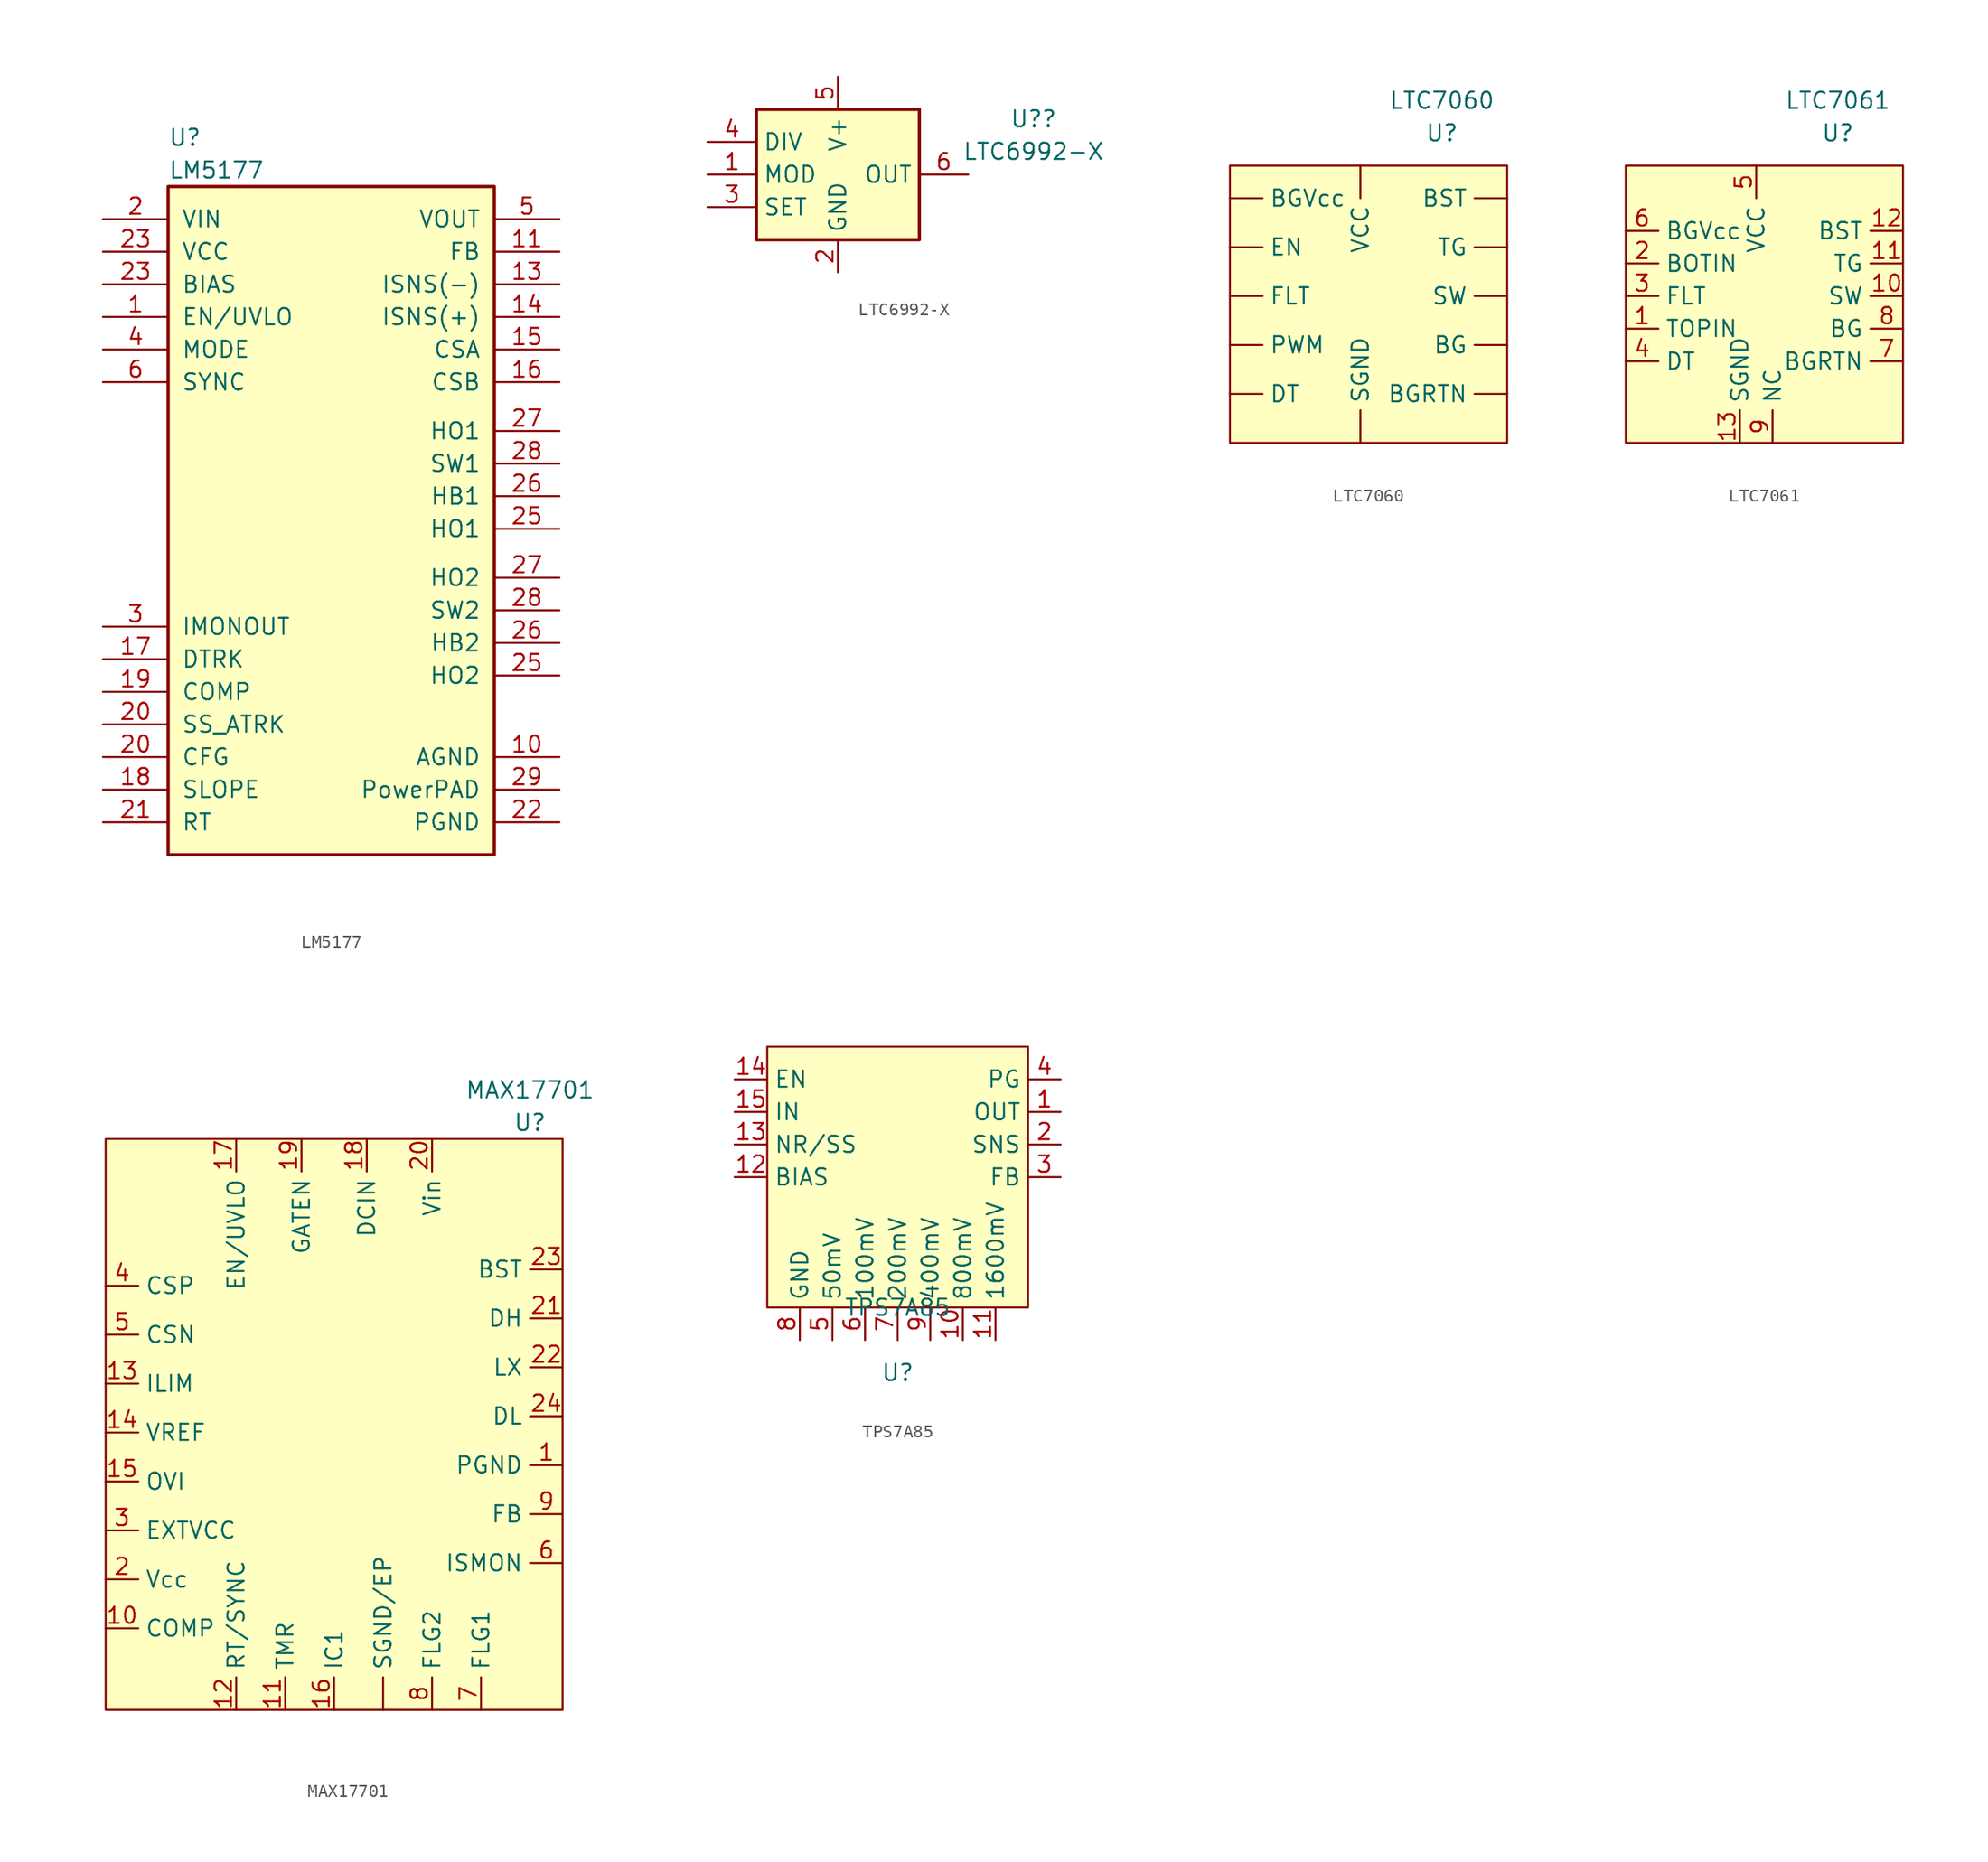
<source format=kicad_sym>
(kicad_symbol_lib
  (version 20230620)
  (generator kicad_symbol_editor)
  (symbol "LM5177"
    (pin_names
      (offset 1.016))
    (property "Reference" "U"
      (at -12.7 24.13 0)
      (effects (font (size 1.27 1.27)) (justify left)))
    (property "Value" "LM5177"
      (at -12.7 21.59 0)
      (effects (font (size 1.27 1.27)) (justify left)))
    (symbol "LM5177_0_1"
      (rectangle (start -12.7 20.32) (end 12.7 -31.75) (stroke (width 0.254) (type default)) (fill (type background))))
    (symbol "LM5177_1_1"
      (pin input line (at -17.78 10.16 0) (length 5.08) (name "EN/UVLO" (effects (font (size 1.27 1.27)))) (number "1" (effects (font (size 1.27 1.27)))))
      (pin power_in line (at 17.78 -24.13 180) (length 5.08) (name "AGND" (effects (font (size 1.27 1.27)))) (number "10" (effects (font (size 1.27 1.27)))))
      (pin input line (at 17.78 15.24 180) (length 5.08) (name "FB" (effects (font (size 1.27 1.27)))) (number "11" (effects (font (size 1.27 1.27)))))
      (pin input line (at 17.78 12.7 180) (length 5.08) (name "ISNS(-)" (effects (font (size 1.27 1.27)))) (number "13" (effects (font (size 1.27 1.27)))))
      (pin input line (at 17.78 10.16 180) (length 5.08) (name "ISNS(+)" (effects (font (size 1.27 1.27)))) (number "14" (effects (font (size 1.27 1.27)))))
      (pin input line (at 17.78 7.62 180) (length 5.08) (name "CSA" (effects (font (size 1.27 1.27)))) (number "15" (effects (font (size 1.27 1.27)))))
      (pin input line (at 17.78 5.08 180) (length 5.08) (name "CSB" (effects (font (size 1.27 1.27)))) (number "16" (effects (font (size 1.27 1.27)))))
      (pin output line (at -17.78 -16.51 0) (length 5.08) (name "DTRK" (effects (font (size 1.27 1.27)))) (number "17" (effects (font (size 1.27 1.27)))))
      (pin output line (at -17.78 -26.67 0) (length 5.08) (name "SLOPE" (effects (font (size 1.27 1.27)))) (number "18" (effects (font (size 1.27 1.27)))))
      (pin output line (at -17.78 -19.05 0) (length 5.08) (name "COMP" (effects (font (size 1.27 1.27)))) (number "19" (effects (font (size 1.27 1.27)))))
      (pin power_in line (at -17.78 17.78 0) (length 5.08) (name "VIN" (effects (font (size 1.27 1.27)))) (number "2" (effects (font (size 1.27 1.27)))))
      (pin passive line (at -17.78 -24.13 0) (length 5.08) (name "CFG" (effects (font (size 1.27 1.27)))) (number "20" (effects (font (size 1.27 1.27)))))
      (pin passive line (at -17.78 -21.59 0) (length 5.08) (name "SS_ATRK" (effects (font (size 1.27 1.27)))) (number "20" (effects (font (size 1.27 1.27)))))
      (pin output line (at -17.78 -29.21 0) (length 5.08) (name "RT" (effects (font (size 1.27 1.27)))) (number "21" (effects (font (size 1.27 1.27)))))
      (pin power_in line (at 17.78 -29.21 180) (length 5.08) (name "PGND" (effects (font (size 1.27 1.27)))) (number "22" (effects (font (size 1.27 1.27)))))
      (pin power_in line (at -17.78 12.7 0) (length 5.08) (name "BIAS" (effects (font (size 1.27 1.27)))) (number "23" (effects (font (size 1.27 1.27)))))
      (pin power_in line (at -17.78 15.24 0) (length 5.08) (name "VCC" (effects (font (size 1.27 1.27)))) (number "23" (effects (font (size 1.27 1.27)))))
      (pin output line (at 17.78 -6.35 180) (length 5.08) (name "HO1" (effects (font (size 1.27 1.27)))) (number "25" (effects (font (size 1.27 1.27)))))
      (pin output line (at 17.78 -17.78 180) (length 5.08) (name "HO2" (effects (font (size 1.27 1.27)))) (number "25" (effects (font (size 1.27 1.27)))))
      (pin passive line (at 17.78 -3.81 180) (length 5.08) (name "HB1" (effects (font (size 1.27 1.27)))) (number "26" (effects (font (size 1.27 1.27)))))
      (pin passive line (at 17.78 -15.24 180) (length 5.08) (name "HB2" (effects (font (size 1.27 1.27)))) (number "26" (effects (font (size 1.27 1.27)))))
      (pin output line (at 17.78 1.27 180) (length 5.08) (name "HO1" (effects (font (size 1.27 1.27)))) (number "27" (effects (font (size 1.27 1.27)))))
      (pin output line (at 17.78 -10.16 180) (length 5.08) (name "HO2" (effects (font (size 1.27 1.27)))) (number "27" (effects (font (size 1.27 1.27)))))
      (pin output line (at 17.78 -1.27 180) (length 5.08) (name "SW1" (effects (font (size 1.27 1.27)))) (number "28" (effects (font (size 1.27 1.27)))))
      (pin output line (at 17.78 -12.7 180) (length 5.08) (name "SW2" (effects (font (size 1.27 1.27)))) (number "28" (effects (font (size 1.27 1.27)))))
      (pin input line (at 17.78 -26.67 180) (length 5.08) (name "PowerPAD" (effects (font (size 1.27 1.27)))) (number "29" (effects (font (size 1.27 1.27)))))
      (pin input line (at -17.78 -13.97 0) (length 5.08) (name "IMONOUT" (effects (font (size 1.27 1.27)))) (number "3" (effects (font (size 1.27 1.27)))))
      (pin input line (at -17.78 7.62 0) (length 5.08) (name "MODE" (effects (font (size 1.27 1.27)))) (number "4" (effects (font (size 1.27 1.27)))))
      (pin output line (at 17.78 17.78 180) (length 5.08) (name "VOUT" (effects (font (size 1.27 1.27)))) (number "5" (effects (font (size 1.27 1.27)))))
      (pin input line (at -17.78 5.08 0) (length 5.08) (name "SYNC" (effects (font (size 1.27 1.27)))) (number "6" (effects (font (size 1.27 1.27)))))))
  (symbol "LTC6992-X"
    (property "Reference" "U?"
      (at 15.24 4.331 0)
      (effects (font (size 1.27 1.27))))
    (property "Value" "LTC6992-X"
      (at 15.24 1.791 0)
      (effects (font (size 1.27 1.27))))
    (symbol "LTC6992-X_0_1"
      (rectangle (start -6.35 5.08) (end 6.35 -5.08) (stroke (width 0.254) (type default)) (fill (type background))))
    (symbol "LTC6992-X_1_1"
      (pin input line (at -10.16 0 0) (length 3.81) (name "MOD" (effects (font (size 1.27 1.27)))) (number "1" (effects (font (size 1.27 1.27)))))
      (pin power_in line (at 0 -7.62 90) (length 2.54) (name "GND" (effects (font (size 1.27 1.27)))) (number "2" (effects (font (size 1.27 1.27)))))
      (pin passive line (at -10.16 -2.54 0) (length 3.81) (name "SET" (effects (font (size 1.27 1.27)))) (number "3" (effects (font (size 1.27 1.27)))))
      (pin input line (at -10.16 2.54 0) (length 3.81) (name "DIV" (effects (font (size 1.27 1.27)))) (number "4" (effects (font (size 1.27 1.27)))))
      (pin power_in line (at 0 7.62 270) (length 2.54) (name "V+" (effects (font (size 1.27 1.27)))) (number "5" (effects (font (size 1.27 1.27)))))
      (pin output line (at 10.16 0 180) (length 3.81) (name "OUT" (effects (font (size 1.27 1.27)))) (number "6" (effects (font (size 1.27 1.27)))))))
  (symbol "LTC7060"
    (property "Reference" "U"
      (at 6.35 20.32 0)
      (effects (font (size 1.27 1.27))))
    (property "Value" "LTC7060"
      (at 6.35 22.86 0)
      (effects (font (size 1.27 1.27))))
    (symbol "LTC7060_0_1"
      (rectangle (start -10.16 17.78) (end 11.43 -3.81) (stroke (width 0) (type default)) (fill (type background))))
    (symbol "LTC7060_1_1"
      (pin output line (at 11.43 3.81 180) (length 2.54) (name "BG" (effects (font (size 1.27 1.27)))) (number "" (effects (font (size 1.27 1.27)))))
      (pin output line (at 11.43 0 180) (length 2.54) (name "BGRTN" (effects (font (size 1.27 1.27)))) (number "" (effects (font (size 1.27 1.27)))))
      (pin input line (at -10.16 15.24 0) (length 2.54) (name "BGVcc" (effects (font (size 1.27 1.27)))) (number "" (effects (font (size 1.27 1.27)))))
      (pin output line (at 11.43 15.24 180) (length 2.54) (name "BST" (effects (font (size 1.27 1.27)))) (number "" (effects (font (size 1.27 1.27)))))
      (pin input line (at -10.16 0 0) (length 2.54) (name "DT" (effects (font (size 1.27 1.27)))) (number "" (effects (font (size 1.27 1.27)))))
      (pin input line (at -10.16 11.43 0) (length 2.54) (name "EN" (effects (font (size 1.27 1.27)))) (number "" (effects (font (size 1.27 1.27)))))
      (pin input line (at -10.16 7.62 0) (length 2.54) (name "FLT" (effects (font (size 1.27 1.27)))) (number "" (effects (font (size 1.27 1.27)))))
      (pin input line (at -10.16 3.81 0) (length 2.54) (name "PWM" (effects (font (size 1.27 1.27)))) (number "" (effects (font (size 1.27 1.27)))))
      (pin input line (at 0 -3.81 90) (length 2.54) (name "SGND" (effects (font (size 1.27 1.27)))) (number "" (effects (font (size 1.27 1.27)))))
      (pin output line (at 11.43 7.62 180) (length 2.54) (name "SW" (effects (font (size 1.27 1.27)))) (number "" (effects (font (size 1.27 1.27)))))
      (pin output line (at 11.43 11.43 180) (length 2.54) (name "TG" (effects (font (size 1.27 1.27)))) (number "" (effects (font (size 1.27 1.27)))))
      (pin input line (at 0 17.78 270) (length 2.54) (name "VCC" (effects (font (size 1.27 1.27)))) (number "" (effects (font (size 1.27 1.27)))))))
  (symbol "LTC7061"
    (property "Reference" "U"
      (at 6.35 20.32 0)
      (effects (font (size 1.27 1.27))))
    (property "Value" "LTC7061"
      (at 6.35 22.86 0)
      (effects (font (size 1.27 1.27))))
    (symbol "LTC7061_0_1"
      (rectangle (start -10.16 17.78) (end 11.43 -3.81) (stroke (width 0) (type default)) (fill (type background))))
    (symbol "LTC7061_1_1"
      (pin input line (at -10.16 5.08 0) (length 2.54) (name "TOPIN" (effects (font (size 1.27 1.27)))) (number "1" (effects (font (size 1.27 1.27)))))
      (pin output line (at 11.43 7.62 180) (length 2.54) (name "SW" (effects (font (size 1.27 1.27)))) (number "10" (effects (font (size 1.27 1.27)))))
      (pin output line (at 11.43 10.16 180) (length 2.54) (name "TG" (effects (font (size 1.27 1.27)))) (number "11" (effects (font (size 1.27 1.27)))))
      (pin output line (at 11.43 12.7 180) (length 2.54) (name "BST" (effects (font (size 1.27 1.27)))) (number "12" (effects (font (size 1.27 1.27)))))
      (pin power_in line (at -1.27 -3.81 90) (length 2.54) (name "SGND" (effects (font (size 1.27 1.27)))) (number "13" (effects (font (size 1.27 1.27)))))
      (pin input line (at -10.16 10.16 0) (length 2.54) (name "BOTIN" (effects (font (size 1.27 1.27)))) (number "2" (effects (font (size 1.27 1.27)))))
      (pin input line (at -10.16 7.62 0) (length 2.54) (name "FLT" (effects (font (size 1.27 1.27)))) (number "3" (effects (font (size 1.27 1.27)))))
      (pin input line (at -10.16 2.54 0) (length 2.54) (name "DT" (effects (font (size 1.27 1.27)))) (number "4" (effects (font (size 1.27 1.27)))))
      (pin power_in line (at 0 17.78 270) (length 2.54) (name "VCC" (effects (font (size 1.27 1.27)))) (number "5" (effects (font (size 1.27 1.27)))))
      (pin input line (at -10.16 12.7 0) (length 2.54) (name "BGVcc" (effects (font (size 1.27 1.27)))) (number "6" (effects (font (size 1.27 1.27)))))
      (pin output line (at 11.43 2.54 180) (length 2.54) (name "BGRTN" (effects (font (size 1.27 1.27)))) (number "7" (effects (font (size 1.27 1.27)))))
      (pin output line (at 11.43 5.08 180) (length 2.54) (name "BG" (effects (font (size 1.27 1.27)))) (number "8" (effects (font (size 1.27 1.27)))))
      (pin output line (at 1.27 -3.81 90) (length 2.54) (name "NC" (effects (font (size 1.27 1.27)))) (number "9" (effects (font (size 1.27 1.27)))))))
  (symbol "MAX17701"
    (property "Reference" "U"
      (at 22.86 22.86 0)
      (effects (font (size 1.27 1.27))))
    (property "Value" "MAX17701"
      (at 22.86 25.4 0)
      (effects (font (size 1.29 1.29))))
    (symbol "MAX17701_0_1"
      (rectangle (start -10.16 21.59) (end 25.4 -22.86) (stroke (width 0) (type default)) (fill (type background))))
    (symbol "MAX17701_1_1"
      (pin free line (at 11.43 -22.86 90) (length 2.54) (name "SGND/EP" (effects (font (size 1.27 1.27)))) (number "" (effects (font (size 1.27 1.27)))))
      (pin power_in line (at 25.4 -3.81 180) (length 2.54) (name "PGND" (effects (font (size 1.27 1.27)))) (number "1" (effects (font (size 1.27 1.27)))))
      (pin output line (at -10.16 -16.51 0) (length 2.54) (name "COMP" (effects (font (size 1.27 1.27)))) (number "10" (effects (font (size 1.27 1.27)))))
      (pin bidirectional line (at 3.81 -22.86 90) (length 2.54) (name "TMR" (effects (font (size 1.27 1.27)))) (number "11" (effects (font (size 1.27 1.27)))))
      (pin input line (at 0 -22.86 90) (length 2.54) (name "RT/SYNC" (effects (font (size 1.27 1.27)))) (number "12" (effects (font (size 1.27 1.27)))))
      (pin input line (at -10.16 2.54 0) (length 2.54) (name "ILIM" (effects (font (size 1.27 1.27)))) (number "13" (effects (font (size 1.27 1.27)))))
      (pin output line (at -10.16 -1.27 0) (length 2.54) (name "VREF" (effects (font (size 1.27 1.27)))) (number "14" (effects (font (size 1.27 1.27)))))
      (pin input line (at -10.16 -5.08 0) (length 2.54) (name "OVI" (effects (font (size 1.27 1.27)))) (number "15" (effects (font (size 1.27 1.27)))))
      (pin bidirectional line (at 7.62 -22.86 90) (length 2.54) (name "IC1" (effects (font (size 1.27 1.27)))) (number "16" (effects (font (size 1.27 1.27)))))
      (pin input line (at 0 21.59 270) (length 2.54) (name "EN/UVLO" (effects (font (size 1.27 1.27)))) (number "17" (effects (font (size 1.27 1.27)))))
      (pin input line (at 10.16 21.59 270) (length 2.54) (name "DCIN" (effects (font (size 1.27 1.27)))) (number "18" (effects (font (size 1.27 1.27)))))
      (pin output line (at 5.08 21.59 270) (length 2.54) (name "GATEN" (effects (font (size 1.27 1.27)))) (number "19" (effects (font (size 1.27 1.27)))))
      (pin bidirectional line (at -10.16 -12.7 0) (length 2.54) (name "Vcc" (effects (font (size 1.27 1.27)))) (number "2" (effects (font (size 1.27 1.27)))))
      (pin power_in line (at 15.24 21.59 270) (length 2.54) (name "Vin" (effects (font (size 1.27 1.27)))) (number "20" (effects (font (size 1.27 1.27)))))
      (pin output line (at 25.4 7.62 180) (length 2.54) (name "DH" (effects (font (size 1.27 1.27)))) (number "21" (effects (font (size 1.27 1.27)))))
      (pin input line (at 25.4 3.81 180) (length 2.54) (name "LX" (effects (font (size 1.27 1.27)))) (number "22" (effects (font (size 1.27 1.27)))))
      (pin input line (at 25.4 11.43 180) (length 2.54) (name "BST" (effects (font (size 1.27 1.27)))) (number "23" (effects (font (size 1.27 1.27)))))
      (pin output line (at 25.4 0 180) (length 2.54) (name "DL" (effects (font (size 1.27 1.27)))) (number "24" (effects (font (size 1.27 1.27)))))
      (pin bidirectional line (at -10.16 -8.89 0) (length 2.54) (name "EXTVCC" (effects (font (size 1.27 1.27)))) (number "3" (effects (font (size 1.27 1.27)))))
      (pin input line (at -10.16 10.16 0) (length 2.54) (name "CSP" (effects (font (size 1.27 1.27)))) (number "4" (effects (font (size 1.27 1.27)))))
      (pin input line (at -10.16 6.35 0) (length 2.54) (name "CSN" (effects (font (size 1.27 1.27)))) (number "5" (effects (font (size 1.27 1.27)))))
      (pin output line (at 25.4 -11.43 180) (length 2.54) (name "ISMON" (effects (font (size 1.27 1.27)))) (number "6" (effects (font (size 1.27 1.27)))))
      (pin output line (at 19.05 -22.86 90) (length 2.54) (name "FLG1" (effects (font (size 1.27 1.27)))) (number "7" (effects (font (size 1.27 1.27)))))
      (pin output line (at 15.24 -22.86 90) (length 2.54) (name "FLG2" (effects (font (size 1.27 1.27)))) (number "8" (effects (font (size 1.27 1.27)))))
      (pin input line (at 25.4 -7.62 180) (length 2.54) (name "FB" (effects (font (size 1.27 1.27)))) (number "9" (effects (font (size 1.27 1.27)))))))
  (symbol "TPS7A85"
    (property "Reference" "U"
      (at 0 -5.08 0)
      (effects (font (size 1.27 1.27))))
    (property "Value" "TPS7A85"
      (at 0 0 0)
      (effects (font (size 1.27 1.27))))
    (symbol "TPS7A85_1_1"
      (rectangle (start -10.16 20.32) (end 10.16 0) (stroke (width 0) (type default)) (fill (type background)))
      (pin output line (at 12.7 15.24 180) (length 2.54) (name "OUT" (effects (font (size 1.27 1.27)))) (number "1" (effects (font (size 1.27 1.27)))))
      (pin passive line (at 5.08 -2.54 90) (length 2.54) (name "800mV" (effects (font (size 1.27 1.27)))) (number "10" (effects (font (size 1.27 1.27)))))
      (pin passive line (at 7.62 -2.54 90) (length 2.54) (name "1600mV" (effects (font (size 1.27 1.27)))) (number "11" (effects (font (size 1.27 1.27)))))
      (pin input line (at -12.7 10.16 0) (length 2.54) (name "BIAS" (effects (font (size 1.27 1.27)))) (number "12" (effects (font (size 1.27 1.27)))))
      (pin input line (at -12.7 12.7 0) (length 2.54) (name "NR/SS" (effects (font (size 1.27 1.27)))) (number "13" (effects (font (size 1.27 1.27)))))
      (pin input line (at -12.7 17.78 0) (length 2.54) (name "EN" (effects (font (size 1.27 1.27)))) (number "14" (effects (font (size 1.27 1.27)))))
      (pin input line (at -12.7 15.24 0) (length 2.54) (name "IN" (effects (font (size 1.27 1.27)))) (number "15" (effects (font (size 1.27 1.27)))))
      (pin output line (at 12.7 12.7 180) (length 2.54) (name "SNS" (effects (font (size 1.27 1.27)))) (number "2" (effects (font (size 1.27 1.27)))))
      (pin output line (at 12.7 10.16 180) (length 2.54) (name "FB" (effects (font (size 1.27 1.27)))) (number "3" (effects (font (size 1.27 1.27)))))
      (pin input line (at 12.7 17.78 180) (length 2.54) (name "PG" (effects (font (size 1.27 1.27)))) (number "4" (effects (font (size 1.27 1.27)))))
      (pin passive line (at -5.08 -2.54 90) (length 2.54) (name "50mV" (effects (font (size 1.27 1.27)))) (number "5" (effects (font (size 1.27 1.27)))))
      (pin passive line (at -2.54 -2.54 90) (length 2.54) (name "100mV" (effects (font (size 1.27 1.27)))) (number "6" (effects (font (size 1.27 1.27)))))
      (pin passive line (at 0 -2.54 90) (length 2.54) (name "200mV" (effects (font (size 1.27 1.27)))) (number "7" (effects (font (size 1.27 1.27)))))
      (pin passive line (at -7.62 -2.54 90) (length 2.54) (name "GND" (effects (font (size 1.27 1.27)))) (number "8" (effects (font (size 1.27 1.27)))))
      (pin passive line (at 2.54 -2.54 90) (length 2.54) (name "400mV" (effects (font (size 1.27 1.27)))) (number "9" (effects (font (size 1.27 1.27))))))))
</source>
